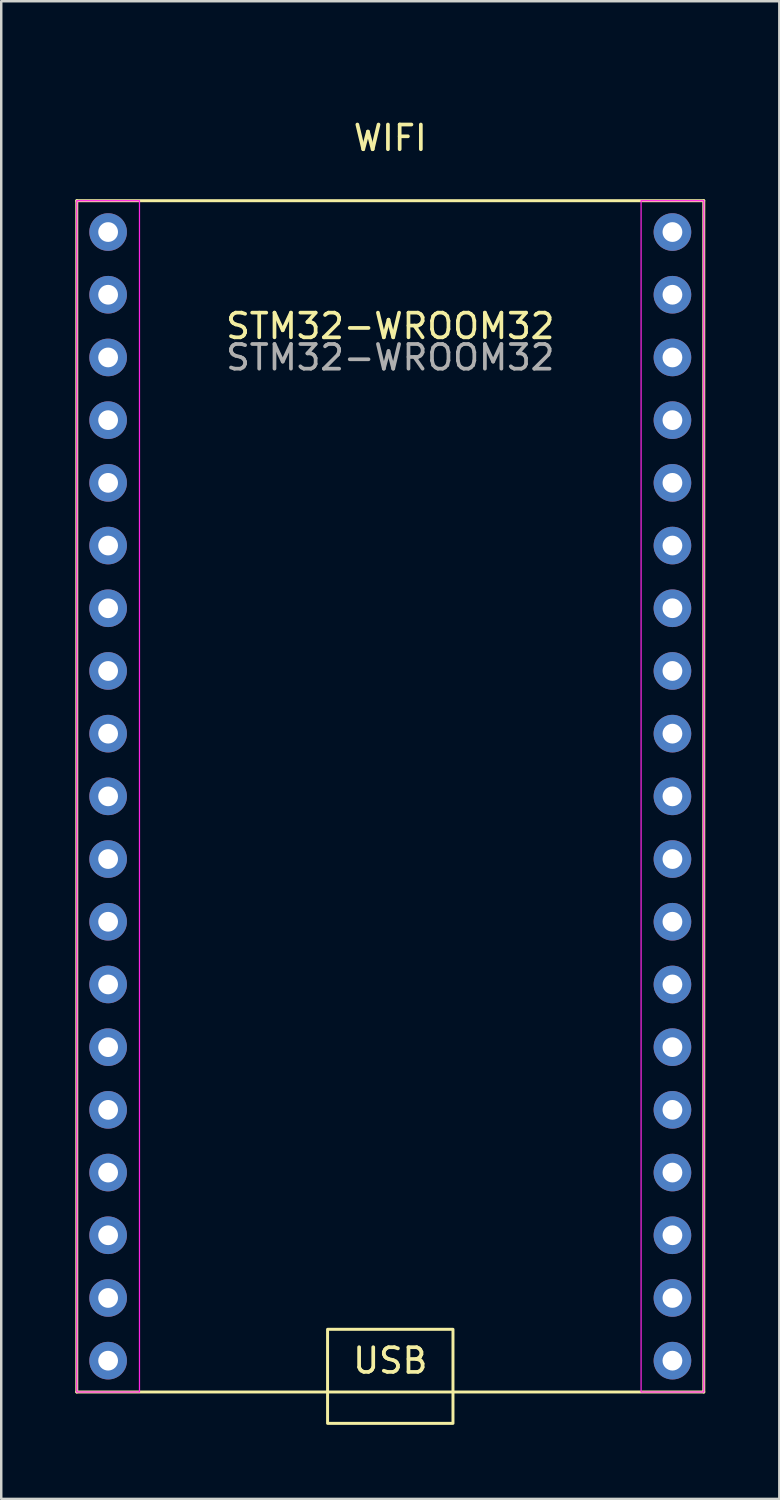
<source format=kicad_pcb>
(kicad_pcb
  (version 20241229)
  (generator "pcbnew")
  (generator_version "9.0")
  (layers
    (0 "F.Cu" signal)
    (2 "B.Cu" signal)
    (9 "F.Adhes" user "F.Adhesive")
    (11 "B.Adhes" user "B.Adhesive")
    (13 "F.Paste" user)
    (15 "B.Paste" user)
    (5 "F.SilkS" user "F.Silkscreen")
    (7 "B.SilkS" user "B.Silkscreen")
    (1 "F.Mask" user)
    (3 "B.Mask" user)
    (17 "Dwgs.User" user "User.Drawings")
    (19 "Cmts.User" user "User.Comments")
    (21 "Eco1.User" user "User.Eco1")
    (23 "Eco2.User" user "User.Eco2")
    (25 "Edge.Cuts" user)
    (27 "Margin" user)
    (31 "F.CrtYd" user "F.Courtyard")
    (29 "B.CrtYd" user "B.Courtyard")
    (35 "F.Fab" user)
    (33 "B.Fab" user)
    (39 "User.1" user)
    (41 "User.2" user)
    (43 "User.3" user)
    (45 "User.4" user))
  (footprint "STM32-WROOM32"
    (layer "F.Cu")
    (at 1.33 6.35)
    (property "Reference" "STM32-WROOM32" (at 11.43 3.81 0) (unlocked yes) (layer "F.SilkS") (effects (font (size 1 1) (thickness 0.15))))
    (attr through_hole)
    (fp_line (start -1.27 -1.27) (end 24.13 -1.27) (stroke (width 0.12) (type solid)) (layer "F.SilkS"))
    (fp_line (start -1.27 46.99) (end -1.27 -1.27) (stroke (width 0.12) (type solid)) (layer "F.SilkS"))
    (fp_line (start 24.13 -1.27) (end 24.13 46.99) (stroke (width 0.12) (type solid)) (layer "F.SilkS"))
    (fp_line (start 24.13 46.99) (end -1.27 46.99) (stroke (width 0.12) (type solid)) (layer "F.SilkS"))
    (fp_rect (start 8.89 44.45) (end 13.97 48.26) (stroke (width 0.12) (type solid)) (fill no) (layer "F.SilkS"))
    (fp_rect (start -1.27 -1.27) (end 1.27 46.99) (stroke (width 0.05) (type solid)) (fill no) (layer "F.CrtYd"))
    (fp_rect (start 21.59 -1.27) (end 24.13 46.99) (stroke (width 0.05) (type solid)) (fill no) (layer "F.CrtYd"))
    (fp_text user "USB" (at 11.43 45.72 0) (unlocked yes) (layer "F.SilkS") (effects (font (size 1 1) (thickness 0.15))))
    (fp_text user "WIFI" (at 11.43 -3.81 0) (unlocked yes) (layer "F.SilkS") (effects (font (size 1 1) (thickness 0.15))))
    (fp_text user "${REFERENCE}" (at 11.43 5.08 0) (unlocked yes) (layer "F.Fab") (effects (font (size 1 1) (thickness 0.15))))
    (pad "1" thru_hole circle (at 0 0) (size 1.524 1.524) (drill 0.8) (layers "*.Cu" "*.Mask"))
    (pad "2" thru_hole circle (at 0 2.54) (size 1.524 1.524) (drill 0.8) (layers "*.Cu" "*.Mask"))
    (pad "3" thru_hole circle (at 0 5.08) (size 1.524 1.524) (drill 0.8) (layers "*.Cu" "*.Mask"))
    (pad "4" thru_hole circle (at 0 7.62) (size 1.524 1.524) (drill 0.8) (layers "*.Cu" "*.Mask"))
    (pad "5" thru_hole circle (at 0 10.16) (size 1.524 1.524) (drill 0.8) (layers "*.Cu" "*.Mask"))
    (pad "6" thru_hole circle (at 0 12.7) (size 1.524 1.524) (drill 0.8) (layers "*.Cu" "*.Mask"))
    (pad "7" thru_hole circle (at 0 15.24) (size 1.524 1.524) (drill 0.8) (layers "*.Cu" "*.Mask"))
    (pad "8" thru_hole circle (at 0 17.78) (size 1.524 1.524) (drill 0.8) (layers "*.Cu" "*.Mask"))
    (pad "9" thru_hole circle (at 0 20.32) (size 1.524 1.524) (drill 0.8) (layers "*.Cu" "*.Mask"))
    (pad "10" thru_hole circle (at 0 22.86) (size 1.524 1.524) (drill 0.8) (layers "*.Cu" "*.Mask"))
    (pad "11" thru_hole circle (at 0 25.4) (size 1.524 1.524) (drill 0.8) (layers "*.Cu" "*.Mask"))
    (pad "12" thru_hole circle (at 0 27.94) (size 1.524 1.524) (drill 0.8) (layers "*.Cu" "*.Mask"))
    (pad "13" thru_hole circle (at 0 30.48) (size 1.524 1.524) (drill 0.8) (layers "*.Cu" "*.Mask"))
    (pad "14" thru_hole circle (at 0 33.02) (size 1.524 1.524) (drill 0.8) (layers "*.Cu" "*.Mask"))
    (pad "15" thru_hole circle (at 0 35.56) (size 1.524 1.524) (drill 0.8) (layers "*.Cu" "*.Mask"))
    (pad "16" thru_hole circle (at 0 38.1) (size 1.524 1.524) (drill 0.8) (layers "*.Cu" "*.Mask"))
    (pad "17" thru_hole circle (at 0 40.64) (size 1.524 1.524) (drill 0.8) (layers "*.Cu" "*.Mask"))
    (pad "18" thru_hole circle (at 0 43.18) (size 1.524 1.524) (drill 0.8) (layers "*.Cu" "*.Mask"))
    (pad "19" thru_hole circle (at 0 45.72) (size 1.524 1.524) (drill 0.8) (layers "*.Cu" "*.Mask"))
    (pad "20" thru_hole circle (at 22.86 45.72) (size 1.524 1.524) (drill 0.8) (layers "*.Cu" "*.Mask"))
    (pad "21" thru_hole circle (at 22.86 43.18) (size 1.524 1.524) (drill 0.8) (layers "*.Cu" "*.Mask"))
    (pad "22" thru_hole circle (at 22.86 40.64) (size 1.524 1.524) (drill 0.8) (layers "*.Cu" "*.Mask"))
    (pad "23" thru_hole circle (at 22.86 38.1) (size 1.524 1.524) (drill 0.8) (layers "*.Cu" "*.Mask"))
    (pad "24" thru_hole circle (at 22.86 35.56) (size 1.524 1.524) (drill 0.8) (layers "*.Cu" "*.Mask"))
    (pad "25" thru_hole circle (at 22.86 33.02) (size 1.524 1.524) (drill 0.8) (layers "*.Cu" "*.Mask"))
    (pad "26" thru_hole circle (at 22.86 30.48) (size 1.524 1.524) (drill 0.8) (layers "*.Cu" "*.Mask"))
    (pad "27" thru_hole circle (at 22.86 27.94) (size 1.524 1.524) (drill 0.8) (layers "*.Cu" "*.Mask"))
    (pad "28" thru_hole circle (at 22.86 25.4) (size 1.524 1.524) (drill 0.8) (layers "*.Cu" "*.Mask"))
    (pad "29" thru_hole circle (at 22.86 22.86) (size 1.524 1.524) (drill 0.8) (layers "*.Cu" "*.Mask"))
    (pad "30" thru_hole circle (at 22.86 20.32) (size 1.524 1.524) (drill 0.8) (layers "*.Cu" "*.Mask"))
    (pad "31" thru_hole circle (at 22.86 17.78) (size 1.524 1.524) (drill 0.8) (layers "*.Cu" "*.Mask"))
    (pad "32" thru_hole circle (at 22.86 15.24) (size 1.524 1.524) (drill 0.8) (layers "*.Cu" "*.Mask"))
    (pad "33" thru_hole circle (at 22.86 12.7) (size 1.524 1.524) (drill 0.8) (layers "*.Cu" "*.Mask"))
    (pad "34" thru_hole circle (at 22.86 10.16) (size 1.524 1.524) (drill 0.8) (layers "*.Cu" "*.Mask"))
    (pad "35" thru_hole circle (at 22.86 7.62) (size 1.524 1.524) (drill 0.8) (layers "*.Cu" "*.Mask"))
    (pad "36" thru_hole circle (at 22.86 5.08) (size 1.524 1.524) (drill 0.8) (layers "*.Cu" "*.Mask"))
    (pad "37" thru_hole circle (at 22.86 2.54) (size 1.524 1.524) (drill 0.8) (layers "*.Cu" "*.Mask"))
    (pad "38" thru_hole circle (at 22.86 0) (size 1.524 1.524) (drill 0.8) (layers "*.Cu" "*.Mask"))
    (zone (net_name "") (layer "F.Cu") (name "WIFI-CLEARANCE") (hatch edge 0.508) (connect_pads) (min_thickness 0.254) (filled_areas_thickness no) (keepout (tracks allowed) (vias allowed) (pads allowed) (copperpour allowed) (footprints not_allowed)) (placement (enabled no)) (fill) (polygon (pts (xy 22.92 6.35) (xy 2.6 6.35) (xy 2.6 0) (xy 22.92 0)))))
  (gr_rect
    (start -3 -3)
    (end 28.52 57.67)
    (stroke (width 0.1) (type default))
    (fill no)
    (layer "Edge.Cuts")))
</source>
